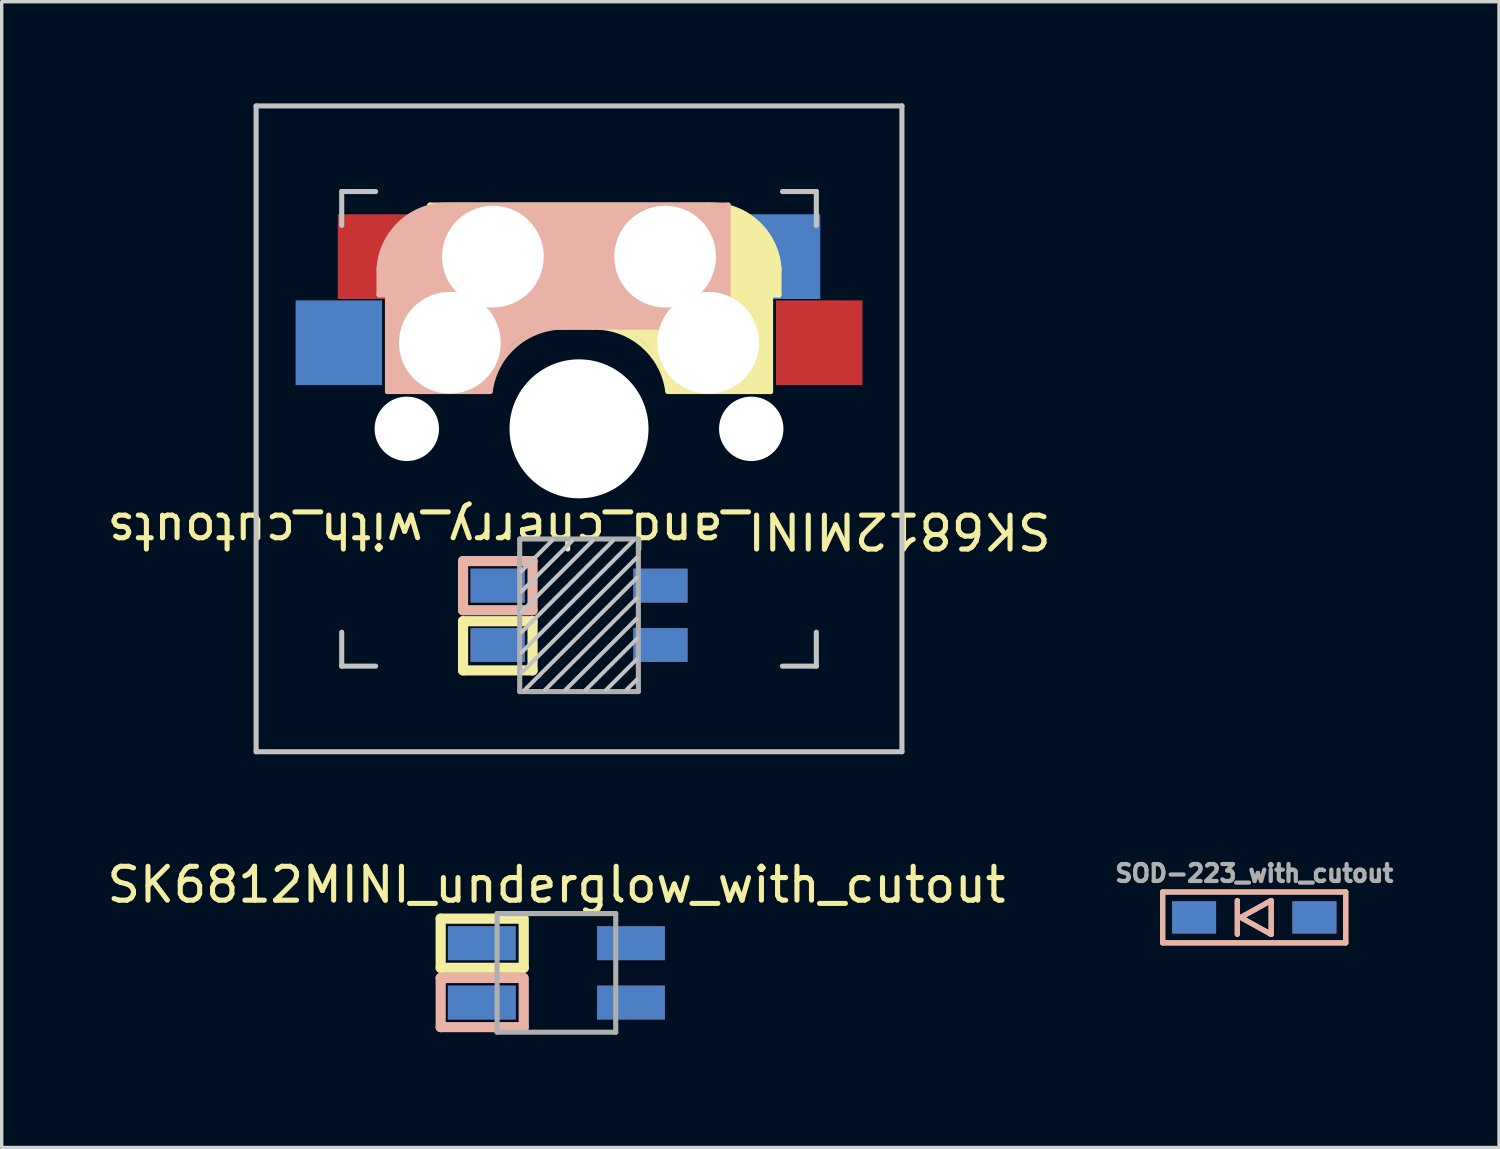
<source format=kicad_pcb>
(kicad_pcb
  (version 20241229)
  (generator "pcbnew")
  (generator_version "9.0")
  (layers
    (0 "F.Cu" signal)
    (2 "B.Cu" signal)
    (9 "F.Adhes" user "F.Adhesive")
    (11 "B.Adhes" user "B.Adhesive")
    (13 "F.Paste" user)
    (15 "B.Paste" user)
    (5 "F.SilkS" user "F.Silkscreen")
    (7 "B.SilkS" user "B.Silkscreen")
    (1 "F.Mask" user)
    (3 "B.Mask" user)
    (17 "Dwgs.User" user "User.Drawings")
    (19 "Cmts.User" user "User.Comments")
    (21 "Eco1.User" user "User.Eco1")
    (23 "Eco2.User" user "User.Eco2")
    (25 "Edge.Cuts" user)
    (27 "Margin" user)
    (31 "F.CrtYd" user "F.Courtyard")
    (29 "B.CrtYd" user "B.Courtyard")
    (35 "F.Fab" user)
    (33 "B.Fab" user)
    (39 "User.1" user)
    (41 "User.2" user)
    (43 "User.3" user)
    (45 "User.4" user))
  (footprint "SK6812MINI_and_cherry_with_cutouts"
    (layer "F.Cu")
    (at 14.03 9.6)
    (property "Reference" "SK6812MINI_and_cherry_with_cutouts" (at 0 3 180) (unlocked yes) (layer "F.SilkS") (effects (font (size 1 1) (thickness 0.15))))
    (attr smd)
    (fp_line (start -4.4 -6.6) (end -4.4 -3) (stroke (width 0.15) (type solid)) (layer "F.SilkS"))
    (fp_line (start -4.4 -3) (end 0.4 -3) (stroke (width 0.15) (type solid)) (layer "F.SilkS"))
    (fp_line (start -4.38 -6.25) (end -4.38 -4) (stroke (width 0.15) (type solid)) (layer "F.SilkS"))
    (fp_line (start -3.9 -3.5) (end -3.9 -6) (stroke (width 1) (type solid)) (layer "F.SilkS"))
    (fp_line (start -3.421 5.675) (end -1.371 5.675) (stroke (width 0.3) (type solid)) (layer "F.SilkS"))
    (fp_line (start -3.421 7.125) (end -3.421 5.675) (stroke (width 0.3) (type solid)) (layer "F.SilkS"))
    (fp_line (start -3 -6.4) (end -4.25 -6.4) (stroke (width 0.4) (type solid)) (layer "F.SilkS"))
    (fp_line (start -2.9 -3.3) (end -4.2 -3.25) (stroke (width 0.5) (type solid)) (layer "F.SilkS"))
    (fp_line (start -1.371 5.675) (end -1.371 7.125) (stroke (width 0.3) (type solid)) (layer "F.SilkS"))
    (fp_line (start -1.371 7.125) (end -3.421 7.125) (stroke (width 0.3) (type solid)) (layer "F.SilkS"))
    (fp_line (start 2.62 -1.1) (end 5.65 -1.1) (stroke (width 0.15) (type solid)) (layer "F.SilkS"))
    (fp_line (start 3 -1.3) (end 5.45 -1.3) (stroke (width 0.5) (type solid)) (layer "F.SilkS"))
    (fp_line (start 3.8 -6.6) (end -4.4 -6.6) (stroke (width 0.15) (type solid)) (layer "F.SilkS"))
    (fp_line (start 4.1 -4.8) (end -2.6 -4.8) (stroke (width 3.5) (type solid)) (layer "F.SilkS"))
    (fp_line (start 4.17 -2.86) (end 4.17 -5.1) (stroke (width 3) (type solid)) (layer "F.SilkS"))
    (fp_line (start 5.3 -3.4) (end 5.3 -1.6) (stroke (width 0.8) (type solid)) (layer "F.SilkS"))
    (fp_line (start 5.65 -1.1) (end 5.65 -5.55) (stroke (width 0.15) (type solid)) (layer "F.SilkS"))
    (fp_line (start 5.7 -3.95) (end 5.9 -3.95) (stroke (width 0.15) (type solid)) (layer "F.SilkS"))
    (fp_line (start 5.8 -4.7) (end 5.8 -4.05) (stroke (width 0.3) (type solid)) (layer "F.SilkS"))
    (fp_line (start 5.9 -3.95) (end 5.9 -4.7) (stroke (width 0.15) (type solid)) (layer "F.SilkS"))
    (fp_arc (start 0.4 -3) (mid 1.868709 -2.486118) (end 2.616318 -1.121471) (stroke (width 0.15) (type solid)) (layer "F.SilkS"))
    (fp_arc (start 0.77 -3.43) (mid 2.238709 -2.916118) (end 2.986318 -1.551471) (stroke (width 1) (type solid)) (layer "F.SilkS"))
    (fp_arc (start 3.800001 -6.6) (mid 5.243504 -6.084924) (end 5.9 -4.699999) (stroke (width 0.15) (type solid)) (layer "F.SilkS"))
    (fp_line (start -5.9 -4.7) (end -5.9 -3.95) (stroke (width 0.15) (type solid)) (layer "B.SilkS"))
    (fp_line (start -5.9 -3.95) (end -5.7 -3.95) (stroke (width 0.15) (type solid)) (layer "B.SilkS"))
    (fp_line (start -5.8 -4.05) (end -5.8 -4.7) (stroke (width 0.3) (type solid)) (layer "B.SilkS"))
    (fp_line (start -5.65 -5.55) (end -5.65 -1.1) (stroke (width 0.15) (type solid)) (layer "B.SilkS"))
    (fp_line (start -5.65 -1.1) (end -2.62 -1.1) (stroke (width 0.15) (type solid)) (layer "B.SilkS"))
    (fp_line (start -5.45 -1.3) (end -3 -1.3) (stroke (width 0.5) (type solid)) (layer "B.SilkS"))
    (fp_line (start -5.3 -1.6) (end -5.3 -3.4) (stroke (width 0.8) (type solid)) (layer "B.SilkS"))
    (fp_line (start -4.17 -5.1) (end -4.17 -2.86) (stroke (width 3) (type solid)) (layer "B.SilkS"))
    (fp_line (start -3.421 3.9) (end -1.371 3.9) (stroke (width 0.3) (type solid)) (layer "B.SilkS"))
    (fp_line (start -3.421 5.35) (end -3.421 3.9) (stroke (width 0.3) (type solid)) (layer "B.SilkS"))
    (fp_line (start -1.371 3.9) (end -1.371 5.35) (stroke (width 0.3) (type solid)) (layer "B.SilkS"))
    (fp_line (start -1.371 5.35) (end -3.421 5.35) (stroke (width 0.3) (type solid)) (layer "B.SilkS"))
    (fp_line (start -0.4 -3) (end 4.4 -3) (stroke (width 0.15) (type solid)) (layer "B.SilkS"))
    (fp_line (start 2.6 -4.8) (end -4.1 -4.8) (stroke (width 3.5) (type solid)) (layer "B.SilkS"))
    (fp_line (start 3.9 -6) (end 3.9 -3.5) (stroke (width 1) (type solid)) (layer "B.SilkS"))
    (fp_line (start 4.2 -3.25) (end 2.9 -3.3) (stroke (width 0.5) (type solid)) (layer "B.SilkS"))
    (fp_line (start 4.25 -6.4) (end 3 -6.4) (stroke (width 0.4) (type solid)) (layer "B.SilkS"))
    (fp_line (start 4.38 -4) (end 4.38 -6.25) (stroke (width 0.15) (type solid)) (layer "B.SilkS"))
    (fp_line (start 4.4 -6.6) (end -3.8 -6.6) (stroke (width 0.15) (type solid)) (layer "B.SilkS"))
    (fp_line (start 4.4 -3) (end 4.4 -6.6) (stroke (width 0.15) (type solid)) (layer "B.SilkS"))
    (fp_arc (start -5.9 -4.699999) (mid -5.243504 -6.084924) (end -3.800001 -6.6) (stroke (width 0.15) (type solid)) (layer "B.SilkS"))
    (fp_arc (start -2.986318 -1.551471) (mid -2.238709 -2.916118) (end -0.77 -3.43) (stroke (width 1) (type solid)) (layer "B.SilkS"))
    (fp_arc (start -2.616318 -1.121471) (mid -1.868709 -2.486118) (end -0.4 -3) (stroke (width 0.15) (type solid)) (layer "B.SilkS"))
    (fp_line (start -9.525 -9.525) (end 9.525 -9.525) (stroke (width 0.15) (type solid)) (layer "Dwgs.User"))
    (fp_line (start -9.525 9.525) (end -9.525 -9.525) (stroke (width 0.15) (type solid)) (layer "Dwgs.User"))
    (fp_line (start -7 -7) (end -6 -7) (stroke (width 0.15) (type solid)) (layer "Dwgs.User"))
    (fp_line (start -7 -6) (end -7 -7) (stroke (width 0.15) (type solid)) (layer "Dwgs.User"))
    (fp_line (start -7 6) (end -7 7) (stroke (width 0.15) (type solid)) (layer "Dwgs.User"))
    (fp_line (start -7 7) (end -6 7) (stroke (width 0.15) (type solid)) (layer "Dwgs.User"))
    (fp_line (start -0.8 3.3) (end -1.7 4.2) (stroke (width 0.12) (type solid)) (layer "Dwgs.User"))
    (fp_line (start -0.2 3.3) (end -1.7 4.8) (stroke (width 0.12) (type solid)) (layer "Dwgs.User"))
    (fp_line (start 0.4 3.3) (end -1.7 5.4) (stroke (width 0.12) (type solid)) (layer "Dwgs.User"))
    (fp_line (start 1 3.3) (end -1.7 6) (stroke (width 0.12) (type solid)) (layer "Dwgs.User"))
    (fp_line (start 1.6 3.3) (end -1.7 6.6) (stroke (width 0.12) (type solid)) (layer "Dwgs.User"))
    (fp_line (start 1.7 3.8) (end -1.7 7.2) (stroke (width 0.12) (type solid)) (layer "Dwgs.User"))
    (fp_line (start 1.7 4.4) (end -1.6 7.7) (stroke (width 0.12) (type solid)) (layer "Dwgs.User"))
    (fp_line (start 1.7 5) (end -1 7.7) (stroke (width 0.12) (type solid)) (layer "Dwgs.User"))
    (fp_line (start 1.7 5.6) (end -0.4 7.7) (stroke (width 0.12) (type solid)) (layer "Dwgs.User"))
    (fp_line (start 1.7 6.2) (end 0.2 7.7) (stroke (width 0.12) (type solid)) (layer "Dwgs.User"))
    (fp_line (start 1.7 6.8) (end 0.8 7.7) (stroke (width 0.12) (type solid)) (layer "Dwgs.User"))
    (fp_line (start 1.7 7.4) (end 1.4 7.7) (stroke (width 0.12) (type solid)) (layer "Dwgs.User"))
    (fp_line (start 6 -7) (end 7 -7) (stroke (width 0.15) (type solid)) (layer "Dwgs.User"))
    (fp_line (start 6 7) (end 7 7) (stroke (width 0.15) (type solid)) (layer "Dwgs.User"))
    (fp_line (start 7 -7) (end 7 -6) (stroke (width 0.15) (type solid)) (layer "Dwgs.User"))
    (fp_line (start 7 7) (end 7 6) (stroke (width 0.15) (type solid)) (layer "Dwgs.User"))
    (fp_line (start 9.525 -9.525) (end 9.525 9.525) (stroke (width 0.15) (type solid)) (layer "Dwgs.User"))
    (fp_line (start 9.525 9.525) (end -9.525 9.525) (stroke (width 0.15) (type solid)) (layer "Dwgs.User"))
    (fp_line (start -1.75 3.25) (end -1.75 7.75) (stroke (width 0.15) (type solid)) (layer "F.Fab"))
    (fp_line (start -1.75 3.25) (end 1.75 3.25) (stroke (width 0.15) (type solid)) (layer "F.Fab"))
    (fp_line (start 1.75 3.25) (end 1.75 7.75) (stroke (width 0.15) (type solid)) (layer "F.Fab"))
    (fp_line (start 1.75 7.75) (end -1.75 7.75) (stroke (width 0.15) (type solid)) (layer "F.Fab"))
    (fp_line (start -3.35 4) (end -3.35 7) (stroke (width 0.1) (type default)) (layer "User.5"))
    (fp_line (start -3.35 7) (end -1.75 7.95) (stroke (width 0.1) (type default)) (layer "User.5"))
    (fp_line (start -1.9 3.05) (end -3.35 4) (stroke (width 0.1) (type default)) (layer "User.5"))
    (fp_line (start -1.9 3.05) (end 1.9 3.05) (stroke (width 0.1) (type solid)) (layer "User.5"))
    (fp_line (start 1.75 7.95) (end -1.75 7.95) (stroke (width 0.1) (type solid)) (layer "User.5"))
    (fp_line (start 1.75 7.95) (end 3.35 7) (stroke (width 0.1) (type default)) (layer "User.5"))
    (fp_line (start 3.35 4) (end 1.9 3.05) (stroke (width 0.1) (type default)) (layer "User.5"))
    (fp_line (start 3.35 4) (end 3.35 7) (stroke (width 0.1) (type default)) (layer "User.5"))
    (fp_line (start -8.6 -3.95) (end -8.6 -1.15) (stroke (width 0.1) (type default)) (layer "User.6"))
    (fp_line (start -8.6 -3.95) (end -5.324 -6.457) (stroke (width 0.1) (type default)) (layer "User.6"))
    (fp_line (start -8.6 -1.15) (end -5.75 0.85) (stroke (width 0.1) (type default)) (layer "User.6"))
    (fp_line (start -5.75 0.85) (end -5.39 1.018) (stroke (width 0.1) (type default)) (layer "User.6"))
    (fp_line (start -3.968 -6.93) (end 4.5 -6.93) (stroke (width 0.1) (type default)) (layer "User.6"))
    (fp_line (start -0.5 2.2) (end -5.39 1.018) (stroke (width 0.1) (type default)) (layer "User.6"))
    (fp_line (start 4.5 -6.93) (end 7.35 -6.55) (stroke (width 0.1) (type default)) (layer "User.6"))
    (fp_line (start 5.39 1.018) (end 0.5 2.2) (stroke (width 0.1) (type default)) (layer "User.6"))
    (fp_line (start 7.35 -6.55) (end 7.35 -3.65) (stroke (width 0.1) (type default)) (layer "User.6"))
    (fp_line (start 7.35 -3.65) (end 6.09 0.376) (stroke (width 0.1) (type default)) (layer "User.6"))
    (fp_arc (start -5.32382 -6.45706) (mid -4.685741 -6.807027) (end -3.968455 -6.93) (stroke (width 0.1) (type default)) (layer "User.6"))
    (fp_arc (start 0.5 2.199998) (mid 0 2.256101) (end -0.5 2.199998) (stroke (width 0.1) (type default)) (layer "User.6"))
    (fp_arc (start 6.090055 0.375677) (mid 5.816248 0.779956) (end 5.390157 1.018406) (stroke (width 0.1) (type default)) (layer "User.6"))
    (fp_line (start -7.35 -6.55) (end -4.5 -6.93) (stroke (width 0.1) (type default)) (layer "User.7"))
    (fp_line (start -7.35 -3.65) (end -7.35 -6.55) (stroke (width 0.1) (type default)) (layer "User.7"))
    (fp_line (start -6.09 0.376) (end -7.35 -3.65) (stroke (width 0.1) (type default)) (layer "User.7"))
    (fp_line (start -4.5 -6.93) (end 3.968 -6.93) (stroke (width 0.1) (type default)) (layer "User.7"))
    (fp_line (start -0.5 2.2) (end -5.39 1.018) (stroke (width 0.1) (type default)) (layer "User.7"))
    (fp_line (start 5.324 -6.457) (end 8.6 -3.95) (stroke (width 0.1) (type default)) (layer "User.7"))
    (fp_line (start 5.39 1.018) (end 0.5 2.2) (stroke (width 0.1) (type default)) (layer "User.7"))
    (fp_line (start 5.39 1.018) (end 5.75 0.85) (stroke (width 0.1) (type default)) (layer "User.7"))
    (fp_line (start 5.75 0.85) (end 8.6 -1.15) (stroke (width 0.1) (type default)) (layer "User.7"))
    (fp_line (start 8.6 -1.15) (end 8.6 -3.95) (stroke (width 0.1) (type default)) (layer "User.7"))
    (fp_arc (start -5.390157 1.018406) (mid -5.816248 0.779956) (end -6.090055 0.375677) (stroke (width 0.1) (type default)) (layer "User.7"))
    (fp_arc (start 0.5 2.199998) (mid 0 2.256101) (end -0.5 2.199998) (stroke (width 0.1) (type default)) (layer "User.7"))
    (fp_arc (start 3.968455 -6.93) (mid 4.685741 -6.807027) (end 5.32382 -6.45706) (stroke (width 0.1) (type default)) (layer "User.7"))
    (pad "" np_thru_hole circle (at -5.08 0) (size 1.9 1.9) (drill 1.9) (layers "*.Cu" "*.Mask"))
    (pad "" np_thru_hole circle (at -3.81 -2.54) (size 3 3) (drill 3) (layers "*.Cu" "*.Mask"))
    (pad "" np_thru_hole circle (at -2.54 -5.08) (size 3 3) (drill 3) (layers "*.Cu" "*.Mask"))
    (pad "" np_thru_hole circle (at 0 0 90) (size 4.1 4.1) (drill 4.1) (layers "*.Cu" "*.Mask"))
    (pad "" np_thru_hole circle (at 2.54 -5.08) (size 3 3) (drill 3) (layers "*.Cu" "*.Mask"))
    (pad "" np_thru_hole circle (at 3.81 -2.54) (size 3 3) (drill 3) (layers "*.Cu" "*.Mask"))
    (pad "" np_thru_hole circle (at 5.08 0) (size 1.9 1.9) (drill 1.9) (layers "*.Cu" "*.Mask"))
    (pad "1" smd rect (at -2.4 4.625) (size 1.6 1) (layers "B.Cu" "B.Mask" "B.Paste"))
    (pad "1" smd rect (at -2.4 6.375) (size 1.6 1) (layers "F.Cu" "F.Mask" "F.Paste"))
    (pad "2" smd rect (at -2.4 4.625) (size 1.6 1) (layers "F.Cu" "F.Mask" "F.Paste"))
    (pad "2" smd rect (at -2.4 6.375) (size 1.6 1) (layers "B.Cu" "B.Mask" "B.Paste"))
    (pad "3" smd rect (at 2.4 4.625) (size 1.6 1) (layers "F.Cu" "F.Mask" "F.Paste"))
    (pad "3" smd rect (at 2.4 6.375) (size 1.6 1) (layers "B.Cu" "B.Mask" "B.Paste"))
    (pad "4" smd rect (at 2.4 4.625) (size 1.6 1) (layers "B.Cu" "B.Mask" "B.Paste"))
    (pad "4" smd rect (at 2.4 6.375) (size 1.6 1) (layers "F.Cu" "F.Mask" "F.Paste"))
    (pad "5" smd rect (at -7.085 -2.54 180) (size 2.55 2.5) (layers "B.Cu" "B.Mask" "B.Paste"))
    (pad "5" smd rect (at 7.085 -2.54 180) (size 2.55 2.5) (layers "F.Cu" "F.Mask" "F.Paste"))
    (pad "6" smd roundrect (at -5.842 -5.08 180) (size 2.55 2.5) (layers "F.Cu" "F.Mask" "F.Paste") (roundrect_rratio 0) (chamfer_ratio 0.3) (chamfer top_left))
    (pad "6" smd roundrect (at 5.842 -5.08 180) (size 2.55 2.5) (layers "B.Cu" "B.Mask" "B.Paste") (roundrect_rratio 0) (chamfer_ratio 0.3) (chamfer top_right)))
  (footprint "SOD-223_with_cutout"
    (layer "F.Cu")
    (at 33.947 24.012)
    (property "Reference" "SOD-223_with_cutout" (at 0 -1.3 0) (layer "F.Fab") (effects (font (size 0.5 0.5) (thickness 0.125))))
    (attr smd)
    (fp_line (start -2.7 -0.75) (end -2.7 0.75) (stroke (width 0.15) (type solid)) (layer "F.SilkS"))
    (fp_line (start -2.7 0.75) (end 2.7 0.75) (stroke (width 0.15) (type solid)) (layer "F.SilkS"))
    (fp_line (start -0.5 -0.5) (end -0.5 0.5) (stroke (width 0.15) (type solid)) (layer "F.SilkS"))
    (fp_line (start -0.4 0) (end 0.5 -0.5) (stroke (width 0.15) (type solid)) (layer "F.SilkS"))
    (fp_line (start 0.5 -0.5) (end 0.5 0.5) (stroke (width 0.15) (type solid)) (layer "F.SilkS"))
    (fp_line (start 0.5 0.5) (end -0.4 0) (stroke (width 0.15) (type solid)) (layer "F.SilkS"))
    (fp_line (start 2.7 -0.75) (end -2.7 -0.75) (stroke (width 0.15) (type solid)) (layer "F.SilkS"))
    (fp_line (start 2.7 -0.75) (end 2.7 0.75) (stroke (width 0.15) (type solid)) (layer "F.SilkS"))
    (fp_line (start -2.7 -0.75) (end -2.7 0.75) (stroke (width 0.15) (type solid)) (layer "B.SilkS"))
    (fp_line (start -2.7 0.75) (end 2.7 0.75) (stroke (width 0.15) (type solid)) (layer "B.SilkS"))
    (fp_line (start -0.5 -0.5) (end -0.5 0.5) (stroke (width 0.15) (type solid)) (layer "B.SilkS"))
    (fp_line (start -0.4 0) (end 0.5 -0.5) (stroke (width 0.15) (type solid)) (layer "B.SilkS"))
    (fp_line (start 0.5 -0.5) (end 0.5 0.5) (stroke (width 0.15) (type solid)) (layer "B.SilkS"))
    (fp_line (start 0.5 0.5) (end -0.4 0) (stroke (width 0.15) (type solid)) (layer "B.SilkS"))
    (fp_line (start 2.7 -0.75) (end -2.7 -0.75) (stroke (width 0.15) (type solid)) (layer "B.SilkS"))
    (fp_line (start 2.7 0.75) (end 2.7 -0.75) (stroke (width 0.15) (type solid)) (layer "B.SilkS"))
    (fp_rect (start -2.6 -0.9) (end 2.6 0.9) (stroke (width 0.1) (type default)) (fill no) (layer "User.5"))
    (pad "1" smd rect (at -1.775 0) (size 1.3 0.95) (layers "F.Cu" "F.Mask" "F.Paste"))
    (pad "1" smd rect (at -1.775 0) (size 1.3 0.95) (layers "B.Cu" "B.Mask" "B.Paste"))
    (pad "2" smd rect (at 1.775 0) (size 1.3 0.95) (layers "F.Cu" "F.Mask" "F.Paste"))
    (pad "2" smd rect (at 1.775 0) (size 1.3 0.95) (layers "B.Cu" "B.Mask" "B.Paste")))
  (footprint "SK6812MINI_underglow_with_cutout"
    (layer "F.Cu")
    (at 13.363 25.648)
    (property "Reference" "SK6812MINI_underglow_with_cutout" (at 0 -2.6 0) (layer "F.SilkS") (effects (font (size 1 1) (thickness 0.15))))
    (attr smd)
    (fp_line (start -3.414 -1.6) (end -0.994 -1.6) (stroke (width 0.3) (type solid)) (layer "F.SilkS"))
    (fp_line (start -3.414 -0.15) (end -3.414 -1.6) (stroke (width 0.3) (type solid)) (layer "F.SilkS"))
    (fp_line (start -0.964 -1.6) (end -0.964 -0.15) (stroke (width 0.3) (type solid)) (layer "F.SilkS"))
    (fp_line (start -0.964 -0.15) (end -3.414 -0.15) (stroke (width 0.3) (type solid)) (layer "F.SilkS"))
    (fp_line (start -3.414 0.15) (end -0.994 0.15) (stroke (width 0.3) (type solid)) (layer "B.SilkS"))
    (fp_line (start -3.414 1.6) (end -3.414 0.15) (stroke (width 0.3) (type solid)) (layer "B.SilkS"))
    (fp_line (start -0.964 0.15) (end -0.964 1.6) (stroke (width 0.3) (type solid)) (layer "B.SilkS"))
    (fp_line (start -0.964 1.6) (end -3.414 1.6) (stroke (width 0.3) (type solid)) (layer "B.SilkS"))
    (fp_line (start -1.75 -1.75) (end -1.75 1.75) (stroke (width 0.15) (type solid)) (layer "F.Fab"))
    (fp_line (start -1.75 -1.75) (end 1.75 -1.75) (stroke (width 0.15) (type solid)) (layer "F.Fab"))
    (fp_line (start 1.75 -1.75) (end 1.75 1.75) (stroke (width 0.15) (type solid)) (layer "F.Fab"))
    (fp_line (start 1.75 1.75) (end -1.75 1.75) (stroke (width 0.15) (type solid)) (layer "F.Fab"))
    (fp_rect (start -3.5 -2.1) (end 3.5 2.1) (stroke (width 0.1) (type default)) (fill no) (layer "User.5"))
    (pad "1" smd rect (at -2.2 -0.875) (size 2 1) (layers "F.Cu" "F.Mask" "F.Paste"))
    (pad "1" smd rect (at -2.2 0.875) (size 2 1) (layers "B.Cu" "B.Mask" "B.Paste"))
    (pad "2" smd rect (at -2.2 -0.875) (size 2 1) (layers "B.Cu" "B.Mask" "B.Paste"))
    (pad "2" smd rect (at -2.2 0.875) (size 2 1) (layers "F.Cu" "F.Mask" "F.Paste"))
    (pad "3" smd rect (at 2.2 -0.875) (size 2 1) (layers "B.Cu" "B.Mask" "B.Paste"))
    (pad "3" smd rect (at 2.2 0.875) (size 2 1) (layers "F.Cu" "F.Mask" "F.Paste"))
    (pad "4" smd rect (at 2.2 -0.875) (size 2 1) (layers "F.Cu" "F.Mask" "F.Paste"))
    (pad "4" smd rect (at 2.2 0.875) (size 2 1) (layers "B.Cu" "B.Mask" "B.Paste")))
  (gr_rect
    (start -3 -3)
    (end 41.168 30.798)
    (stroke (width 0.1) (type default))
    (fill no)
    (layer "Edge.Cuts")))
</source>
